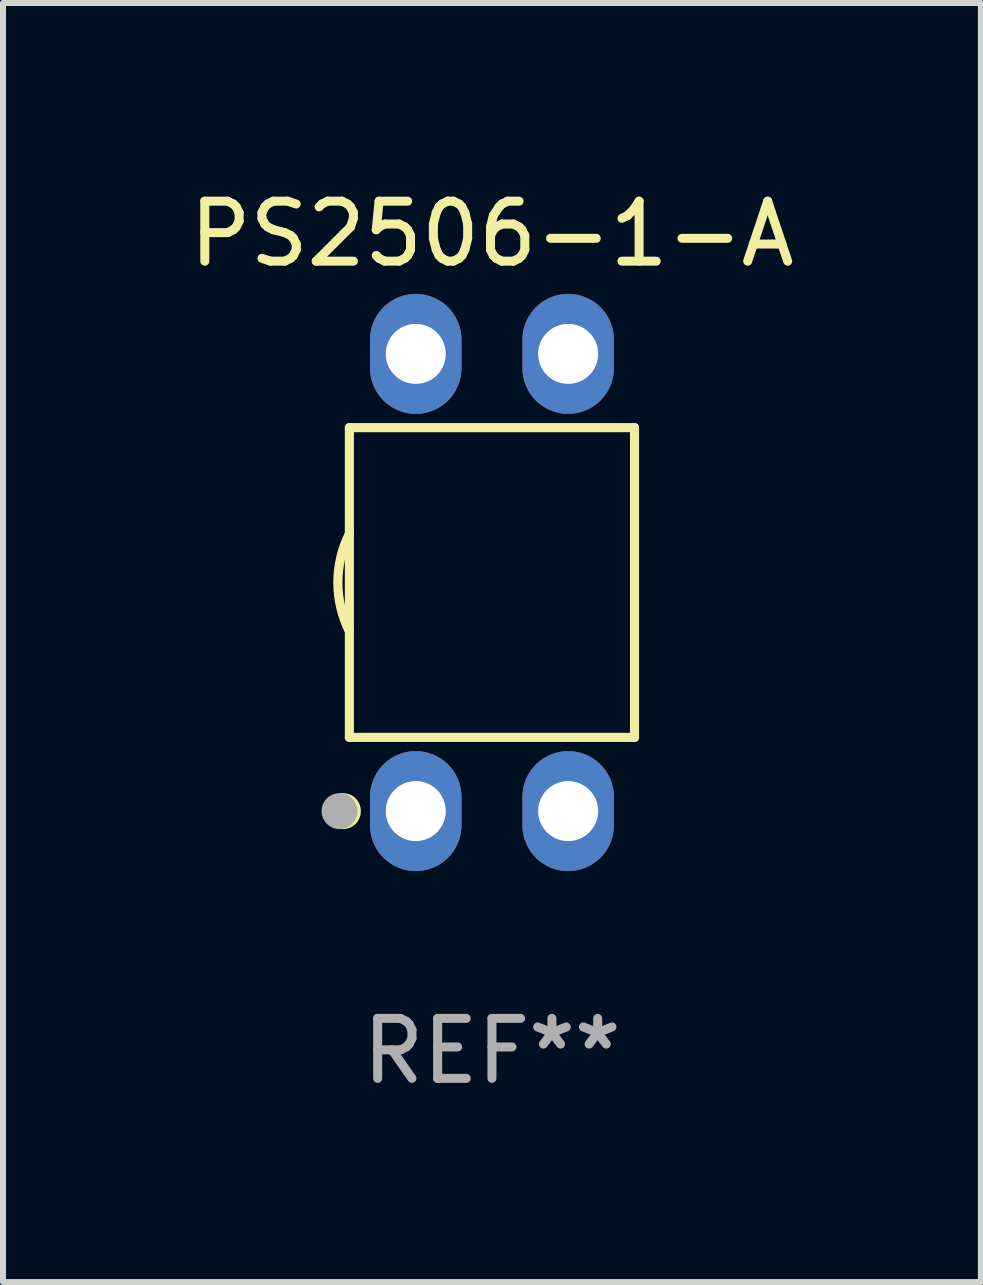
<source format=kicad_pcb>
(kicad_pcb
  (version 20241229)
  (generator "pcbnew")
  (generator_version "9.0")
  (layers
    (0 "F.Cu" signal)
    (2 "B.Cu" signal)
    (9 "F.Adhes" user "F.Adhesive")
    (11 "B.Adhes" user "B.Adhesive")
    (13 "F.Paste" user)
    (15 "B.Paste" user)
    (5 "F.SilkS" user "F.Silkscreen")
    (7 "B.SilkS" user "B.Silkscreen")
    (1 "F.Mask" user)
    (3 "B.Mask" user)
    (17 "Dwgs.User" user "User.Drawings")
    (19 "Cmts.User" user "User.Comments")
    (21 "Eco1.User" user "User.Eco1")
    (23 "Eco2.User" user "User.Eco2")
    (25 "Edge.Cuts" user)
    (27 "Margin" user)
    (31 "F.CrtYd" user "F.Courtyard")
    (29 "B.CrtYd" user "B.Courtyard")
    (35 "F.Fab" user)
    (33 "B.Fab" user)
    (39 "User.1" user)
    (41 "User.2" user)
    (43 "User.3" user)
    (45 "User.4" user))
  (footprint "PS2506-1-A"
    (layer "F.Cu")
    (at 5.149 6.658)
    (property "Reference" "PS2506-1-A" (at 0 -5.81 0) (layer "F.SilkS") (effects (font (size 1 1) (thickness 0.15))))
    (attr through_hole)
    (fp_line (start -2.376 -2.581) (end 2.376 -2.581) (stroke (width 0.152) (type solid)) (layer "F.SilkS"))
    (fp_line (start -2.376 2.581) (end -2.376 -2.581) (stroke (width 0.152) (type solid)) (layer "F.SilkS"))
    (fp_line (start 2.376 -2.581) (end 2.376 2.581) (stroke (width 0.152) (type solid)) (layer "F.SilkS"))
    (fp_line (start 2.376 2.581) (end -2.376 2.581) (stroke (width 0.152) (type solid)) (layer "F.SilkS"))
    (fp_arc (start -2.3762 0.812496) (mid -2.568004 0) (end -2.3762 -0.812497) (stroke (width 0.1524) (type solid)) (layer "F.SilkS"))
    (fp_circle (center -2.484 3.81) (end -2.334 3.81) (stroke (width 0.3) (type solid)) (fill no) (layer "F.SilkS"))
    (fp_circle (center -2.3 3.935) (end -2.27 3.935) (stroke (width 0.06) (type solid)) (fill no) (layer "F.SilkS"))
    (fp_circle (center -2.54 3.81) (end -2.39 3.81) (stroke (width 0.3) (type solid)) (fill no) (layer "F.Fab"))
    (fp_text user "REF**" (at 0 7.81 0) (layer "F.Fab") (effects (font (size 1 1) (thickness 0.15))))
    (pad "1" thru_hole oval (at -1.27 3.81) (size 1.524 2) (drill 1) (layers "*.Cu" "*.Mask"))
    (pad "2" thru_hole oval (at 1.27 3.81) (size 1.524 2) (drill 1) (layers "*.Cu" "*.Mask"))
    (pad "3" thru_hole oval (at 1.27 -3.81) (size 1.524 2) (drill 1) (layers "*.Cu" "*.Mask"))
    (pad "4" thru_hole oval (at -1.27 -3.81) (size 1.524 2) (drill 1) (layers "*.Cu" "*.Mask")))
  (gr_rect
    (start -3 -3)
    (end 13.298 18.317)
    (stroke (width 0.1) (type default))
    (fill no)
    (layer "Edge.Cuts")))
</source>
